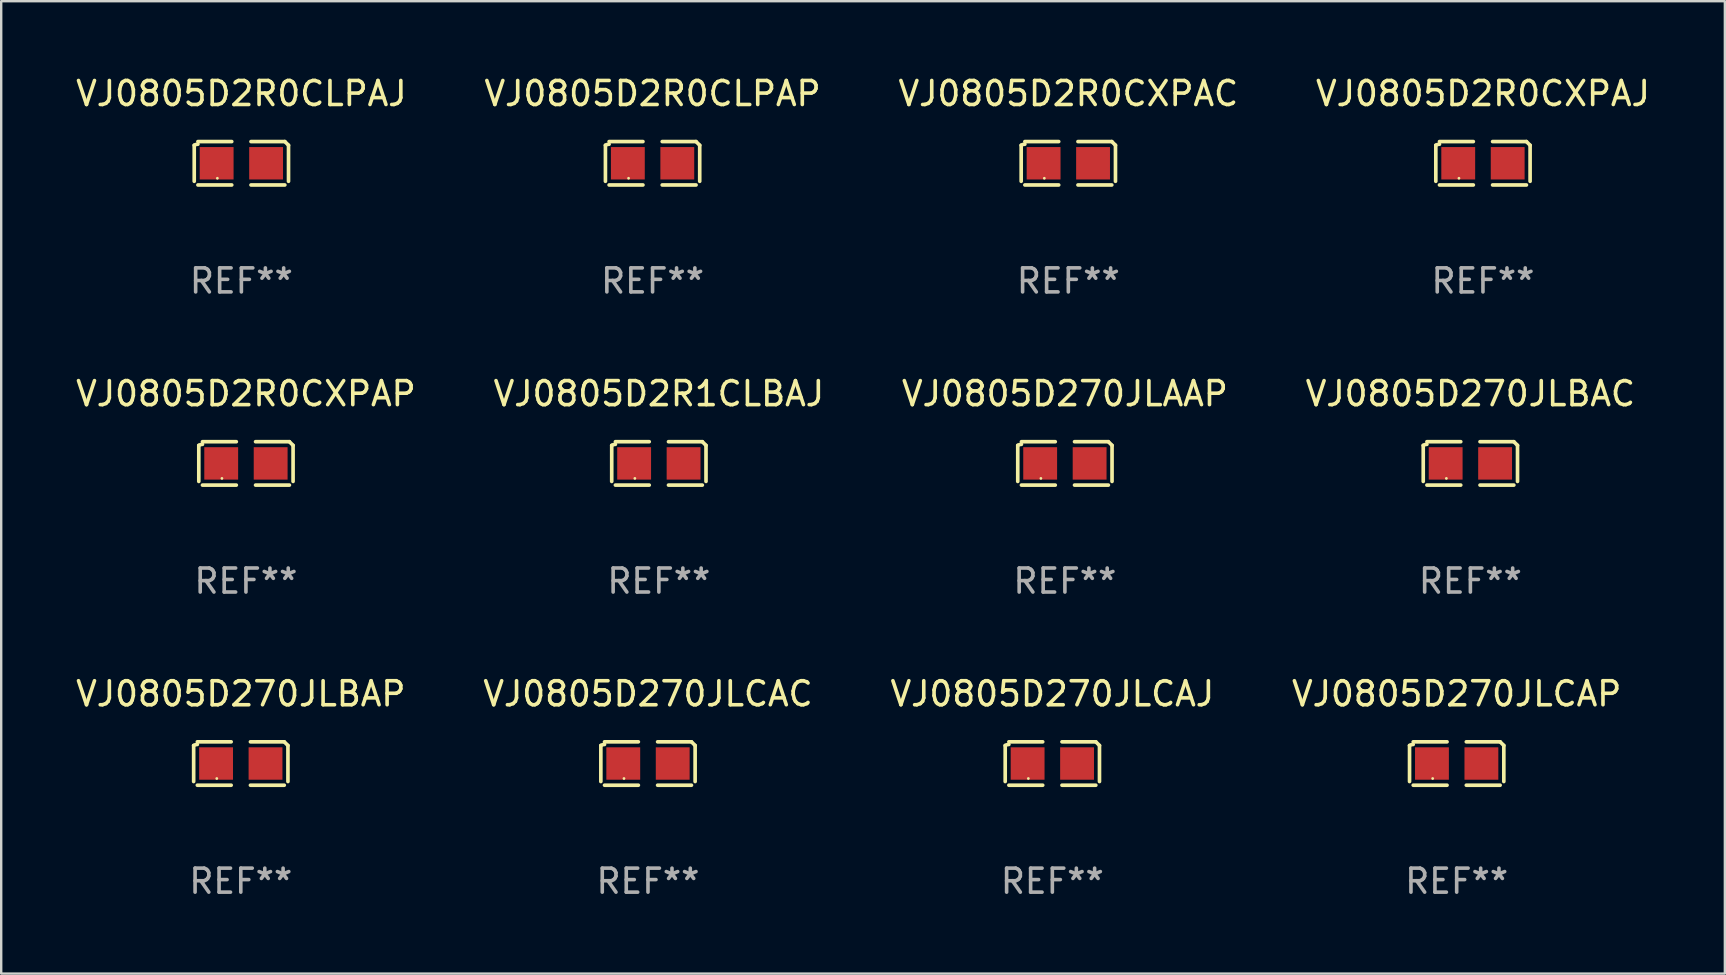
<source format=kicad_pcb>
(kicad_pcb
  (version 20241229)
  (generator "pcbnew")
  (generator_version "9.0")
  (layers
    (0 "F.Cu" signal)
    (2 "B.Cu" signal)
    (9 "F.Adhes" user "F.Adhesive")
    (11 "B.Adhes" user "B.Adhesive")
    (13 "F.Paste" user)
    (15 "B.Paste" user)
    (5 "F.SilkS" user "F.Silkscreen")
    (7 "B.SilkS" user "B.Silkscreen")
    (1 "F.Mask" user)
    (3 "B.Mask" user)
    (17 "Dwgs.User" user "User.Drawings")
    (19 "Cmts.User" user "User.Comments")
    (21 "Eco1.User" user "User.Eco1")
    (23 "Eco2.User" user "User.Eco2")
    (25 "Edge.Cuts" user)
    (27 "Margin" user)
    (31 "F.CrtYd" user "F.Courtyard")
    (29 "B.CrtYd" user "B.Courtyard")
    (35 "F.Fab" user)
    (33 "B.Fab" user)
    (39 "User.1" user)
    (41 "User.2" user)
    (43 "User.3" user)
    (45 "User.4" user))
  (footprint "VJ0805D270JLCAC"
    (layer "F.Cu")
    (at 23.946 28.759)
    (property "Reference" "VJ0805D270JLCAC" (at 0 -2.904 0) (layer "F.SilkS") (effects (font (size 1 1) (thickness 0.15))))
    (attr through_hole)
    (fp_line (start -1.964 0.751) (end -1.964 -0.751) (stroke (width 0.152) (type solid)) (layer "F.SilkS"))
    (fp_line (start -1.811 -0.904) (end -0.401 -0.904) (stroke (width 0.152) (type solid)) (layer "F.SilkS"))
    (fp_line (start -0.401 0.904) (end -1.811 0.904) (stroke (width 0.152) (type solid)) (layer "F.SilkS"))
    (fp_line (start 0.401 0.904) (end 1.811 0.904) (stroke (width 0.152) (type solid)) (layer "F.SilkS"))
    (fp_line (start 1.811 -0.904) (end 0.401 -0.904) (stroke (width 0.152) (type solid)) (layer "F.SilkS"))
    (fp_line (start 1.964 0.751) (end 1.964 -0.751) (stroke (width 0.152) (type solid)) (layer "F.SilkS"))
    (fp_arc (start -1.963602 -0.751207) (mid -1.890354 -0.783131) (end -1.811201 -0.794044) (stroke (width 0.1524) (type solid)) (layer "F.SilkS"))
    (fp_arc (start 1.811202 -0.903607) (mid 1.887413 -0.827418) (end 1.963602 -0.751207) (stroke (width 0.1524) (type solid)) (layer "F.SilkS"))
    (fp_circle (center -1 0.625) (end -0.97 0.625) (stroke (width 0.06) (type solid)) (fill no) (layer "F.SilkS"))
    (fp_text user "REF**" (at 0 4.904 0) (layer "F.Fab") (effects (font (size 1 1) (thickness 0.15))))
    (pad "1" smd rect (at -1.03 0) (size 1.41 1.35) (layers "F.Cu" "F.Mask" "F.Paste"))
    (pad "2" smd rect (at 1.03 0) (size 1.41 1.35) (layers "F.Cu" "F.Mask" "F.Paste")))
  (footprint "VJ0805D2R0CXPAJ"
    (layer "F.Cu")
    (at 58.732 3.752)
    (property "Reference" "VJ0805D2R0CXPAJ" (at 0 -2.904 0) (layer "F.SilkS") (effects (font (size 1 1) (thickness 0.15))))
    (attr through_hole)
    (fp_line (start -1.964 0.751) (end -1.964 -0.751) (stroke (width 0.152) (type solid)) (layer "F.SilkS"))
    (fp_line (start -1.811 -0.904) (end -0.401 -0.904) (stroke (width 0.152) (type solid)) (layer "F.SilkS"))
    (fp_line (start -0.401 0.904) (end -1.811 0.904) (stroke (width 0.152) (type solid)) (layer "F.SilkS"))
    (fp_line (start 0.401 0.904) (end 1.811 0.904) (stroke (width 0.152) (type solid)) (layer "F.SilkS"))
    (fp_line (start 1.811 -0.904) (end 0.401 -0.904) (stroke (width 0.152) (type solid)) (layer "F.SilkS"))
    (fp_line (start 1.964 0.751) (end 1.964 -0.751) (stroke (width 0.152) (type solid)) (layer "F.SilkS"))
    (fp_arc (start -1.963602 -0.751207) (mid -1.890354 -0.783131) (end -1.811201 -0.794044) (stroke (width 0.1524) (type solid)) (layer "F.SilkS"))
    (fp_arc (start 1.811202 -0.903607) (mid 1.887413 -0.827418) (end 1.963602 -0.751207) (stroke (width 0.1524) (type solid)) (layer "F.SilkS"))
    (fp_circle (center -1 0.625) (end -0.97 0.625) (stroke (width 0.06) (type solid)) (fill no) (layer "F.SilkS"))
    (fp_text user "REF**" (at 0 4.904 0) (layer "F.Fab") (effects (font (size 1 1) (thickness 0.15))))
    (pad "1" smd rect (at -1.03 0) (size 1.41 1.35) (layers "F.Cu" "F.Mask" "F.Paste"))
    (pad "2" smd rect (at 1.03 0) (size 1.41 1.35) (layers "F.Cu" "F.Mask" "F.Paste")))
  (footprint "VJ0805D2R0CLPAP"
    (layer "F.Cu")
    (at 24.137 3.752)
    (property "Reference" "VJ0805D2R0CLPAP" (at 0 -2.904 0) (layer "F.SilkS") (effects (font (size 1 1) (thickness 0.15))))
    (attr through_hole)
    (fp_line (start -1.964 0.751) (end -1.964 -0.751) (stroke (width 0.152) (type solid)) (layer "F.SilkS"))
    (fp_line (start -1.811 -0.904) (end -0.401 -0.904) (stroke (width 0.152) (type solid)) (layer "F.SilkS"))
    (fp_line (start -0.401 0.904) (end -1.811 0.904) (stroke (width 0.152) (type solid)) (layer "F.SilkS"))
    (fp_line (start 0.401 0.904) (end 1.811 0.904) (stroke (width 0.152) (type solid)) (layer "F.SilkS"))
    (fp_line (start 1.811 -0.904) (end 0.401 -0.904) (stroke (width 0.152) (type solid)) (layer "F.SilkS"))
    (fp_line (start 1.964 0.751) (end 1.964 -0.751) (stroke (width 0.152) (type solid)) (layer "F.SilkS"))
    (fp_arc (start -1.963602 -0.751207) (mid -1.890354 -0.783131) (end -1.811201 -0.794044) (stroke (width 0.1524) (type solid)) (layer "F.SilkS"))
    (fp_arc (start 1.811202 -0.903607) (mid 1.887413 -0.827418) (end 1.963602 -0.751207) (stroke (width 0.1524) (type solid)) (layer "F.SilkS"))
    (fp_circle (center -1 0.625) (end -0.97 0.625) (stroke (width 0.06) (type solid)) (fill no) (layer "F.SilkS"))
    (fp_text user "REF**" (at 0 4.904 0) (layer "F.Fab") (effects (font (size 1 1) (thickness 0.15))))
    (pad "1" smd rect (at -1.03 0) (size 1.41 1.35) (layers "F.Cu" "F.Mask" "F.Paste"))
    (pad "2" smd rect (at 1.03 0) (size 1.41 1.35) (layers "F.Cu" "F.Mask" "F.Paste")))
  (footprint "VJ0805D270JLBAC"
    (layer "F.Cu")
    (at 58.208 16.256)
    (property "Reference" "VJ0805D270JLBAC" (at 0 -2.904 0) (layer "F.SilkS") (effects (font (size 1 1) (thickness 0.15))))
    (attr through_hole)
    (fp_line (start -1.964 0.751) (end -1.964 -0.751) (stroke (width 0.152) (type solid)) (layer "F.SilkS"))
    (fp_line (start -1.811 -0.904) (end -0.401 -0.904) (stroke (width 0.152) (type solid)) (layer "F.SilkS"))
    (fp_line (start -0.401 0.904) (end -1.811 0.904) (stroke (width 0.152) (type solid)) (layer "F.SilkS"))
    (fp_line (start 0.401 0.904) (end 1.811 0.904) (stroke (width 0.152) (type solid)) (layer "F.SilkS"))
    (fp_line (start 1.811 -0.904) (end 0.401 -0.904) (stroke (width 0.152) (type solid)) (layer "F.SilkS"))
    (fp_line (start 1.964 0.751) (end 1.964 -0.751) (stroke (width 0.152) (type solid)) (layer "F.SilkS"))
    (fp_arc (start -1.963602 -0.751207) (mid -1.890354 -0.783131) (end -1.811201 -0.794044) (stroke (width 0.1524) (type solid)) (layer "F.SilkS"))
    (fp_arc (start 1.811202 -0.903607) (mid 1.887413 -0.827418) (end 1.963602 -0.751207) (stroke (width 0.1524) (type solid)) (layer "F.SilkS"))
    (fp_circle (center -1 0.625) (end -0.97 0.625) (stroke (width 0.06) (type solid)) (fill no) (layer "F.SilkS"))
    (fp_text user "REF**" (at 0 4.904 0) (layer "F.Fab") (effects (font (size 1 1) (thickness 0.15))))
    (pad "1" smd rect (at -1.03 0) (size 1.41 1.35) (layers "F.Cu" "F.Mask" "F.Paste"))
    (pad "2" smd rect (at 1.03 0) (size 1.41 1.35) (layers "F.Cu" "F.Mask" "F.Paste")))
  (footprint "VJ0805D2R0CLPAJ"
    (layer "F.Cu")
    (at 7.006 3.752)
    (property "Reference" "VJ0805D2R0CLPAJ" (at 0 -2.904 0) (layer "F.SilkS") (effects (font (size 1 1) (thickness 0.15))))
    (attr through_hole)
    (fp_line (start -1.964 0.751) (end -1.964 -0.751) (stroke (width 0.152) (type solid)) (layer "F.SilkS"))
    (fp_line (start -1.811 -0.904) (end -0.401 -0.904) (stroke (width 0.152) (type solid)) (layer "F.SilkS"))
    (fp_line (start -0.401 0.904) (end -1.811 0.904) (stroke (width 0.152) (type solid)) (layer "F.SilkS"))
    (fp_line (start 0.401 0.904) (end 1.811 0.904) (stroke (width 0.152) (type solid)) (layer "F.SilkS"))
    (fp_line (start 1.811 -0.904) (end 0.401 -0.904) (stroke (width 0.152) (type solid)) (layer "F.SilkS"))
    (fp_line (start 1.964 0.751) (end 1.964 -0.751) (stroke (width 0.152) (type solid)) (layer "F.SilkS"))
    (fp_arc (start -1.963602 -0.751207) (mid -1.890354 -0.783131) (end -1.811201 -0.794044) (stroke (width 0.1524) (type solid)) (layer "F.SilkS"))
    (fp_arc (start 1.811202 -0.903607) (mid 1.887413 -0.827418) (end 1.963602 -0.751207) (stroke (width 0.1524) (type solid)) (layer "F.SilkS"))
    (fp_circle (center -1 0.625) (end -0.97 0.625) (stroke (width 0.06) (type solid)) (fill no) (layer "F.SilkS"))
    (fp_text user "REF**" (at 0 4.904 0) (layer "F.Fab") (effects (font (size 1 1) (thickness 0.15))))
    (pad "1" smd rect (at -1.03 0) (size 1.41 1.35) (layers "F.Cu" "F.Mask" "F.Paste"))
    (pad "2" smd rect (at 1.03 0) (size 1.41 1.35) (layers "F.Cu" "F.Mask" "F.Paste")))
  (footprint "VJ0805D270JLCAP"
    (layer "F.Cu")
    (at 57.637 28.759)
    (property "Reference" "VJ0805D270JLCAP" (at 0 -2.904 0) (layer "F.SilkS") (effects (font (size 1 1) (thickness 0.15))))
    (attr through_hole)
    (fp_line (start -1.964 0.751) (end -1.964 -0.751) (stroke (width 0.152) (type solid)) (layer "F.SilkS"))
    (fp_line (start -1.811 -0.904) (end -0.401 -0.904) (stroke (width 0.152) (type solid)) (layer "F.SilkS"))
    (fp_line (start -0.401 0.904) (end -1.811 0.904) (stroke (width 0.152) (type solid)) (layer "F.SilkS"))
    (fp_line (start 0.401 0.904) (end 1.811 0.904) (stroke (width 0.152) (type solid)) (layer "F.SilkS"))
    (fp_line (start 1.811 -0.904) (end 0.401 -0.904) (stroke (width 0.152) (type solid)) (layer "F.SilkS"))
    (fp_line (start 1.964 0.751) (end 1.964 -0.751) (stroke (width 0.152) (type solid)) (layer "F.SilkS"))
    (fp_arc (start -1.963602 -0.751207) (mid -1.890354 -0.783131) (end -1.811201 -0.794044) (stroke (width 0.1524) (type solid)) (layer "F.SilkS"))
    (fp_arc (start 1.811202 -0.903607) (mid 1.887413 -0.827418) (end 1.963602 -0.751207) (stroke (width 0.1524) (type solid)) (layer "F.SilkS"))
    (fp_circle (center -1 0.625) (end -0.97 0.625) (stroke (width 0.06) (type solid)) (fill no) (layer "F.SilkS"))
    (fp_text user "REF**" (at 0 4.904 0) (layer "F.Fab") (effects (font (size 1 1) (thickness 0.15))))
    (pad "1" smd rect (at -1.03 0) (size 1.41 1.35) (layers "F.Cu" "F.Mask" "F.Paste"))
    (pad "2" smd rect (at 1.03 0) (size 1.41 1.35) (layers "F.Cu" "F.Mask" "F.Paste")))
  (footprint "VJ0805D2R1CLBAJ"
    (layer "F.Cu")
    (at 24.399 16.256)
    (property "Reference" "VJ0805D2R1CLBAJ" (at 0 -2.904 0) (layer "F.SilkS") (effects (font (size 1 1) (thickness 0.15))))
    (attr through_hole)
    (fp_line (start -1.964 0.751) (end -1.964 -0.751) (stroke (width 0.152) (type solid)) (layer "F.SilkS"))
    (fp_line (start -1.811 -0.904) (end -0.401 -0.904) (stroke (width 0.152) (type solid)) (layer "F.SilkS"))
    (fp_line (start -0.401 0.904) (end -1.811 0.904) (stroke (width 0.152) (type solid)) (layer "F.SilkS"))
    (fp_line (start 0.401 0.904) (end 1.811 0.904) (stroke (width 0.152) (type solid)) (layer "F.SilkS"))
    (fp_line (start 1.811 -0.904) (end 0.401 -0.904) (stroke (width 0.152) (type solid)) (layer "F.SilkS"))
    (fp_line (start 1.964 0.751) (end 1.964 -0.751) (stroke (width 0.152) (type solid)) (layer "F.SilkS"))
    (fp_arc (start -1.963602 -0.751207) (mid -1.890354 -0.783131) (end -1.811201 -0.794044) (stroke (width 0.1524) (type solid)) (layer "F.SilkS"))
    (fp_arc (start 1.811202 -0.903607) (mid 1.887413 -0.827418) (end 1.963602 -0.751207) (stroke (width 0.1524) (type solid)) (layer "F.SilkS"))
    (fp_circle (center -1 0.625) (end -0.97 0.625) (stroke (width 0.06) (type solid)) (fill no) (layer "F.SilkS"))
    (fp_text user "REF**" (at 0 4.904 0) (layer "F.Fab") (effects (font (size 1 1) (thickness 0.15))))
    (pad "1" smd rect (at -1.03 0) (size 1.41 1.35) (layers "F.Cu" "F.Mask" "F.Paste"))
    (pad "2" smd rect (at 1.03 0) (size 1.41 1.35) (layers "F.Cu" "F.Mask" "F.Paste")))
  (footprint "VJ0805D270JLAAP"
    (layer "F.Cu")
    (at 41.315 16.256)
    (property "Reference" "VJ0805D270JLAAP" (at 0 -2.904 0) (layer "F.SilkS") (effects (font (size 1 1) (thickness 0.15))))
    (attr through_hole)
    (fp_line (start -1.964 0.751) (end -1.964 -0.751) (stroke (width 0.152) (type solid)) (layer "F.SilkS"))
    (fp_line (start -1.811 -0.904) (end -0.401 -0.904) (stroke (width 0.152) (type solid)) (layer "F.SilkS"))
    (fp_line (start -0.401 0.904) (end -1.811 0.904) (stroke (width 0.152) (type solid)) (layer "F.SilkS"))
    (fp_line (start 0.401 0.904) (end 1.811 0.904) (stroke (width 0.152) (type solid)) (layer "F.SilkS"))
    (fp_line (start 1.811 -0.904) (end 0.401 -0.904) (stroke (width 0.152) (type solid)) (layer "F.SilkS"))
    (fp_line (start 1.964 0.751) (end 1.964 -0.751) (stroke (width 0.152) (type solid)) (layer "F.SilkS"))
    (fp_arc (start -1.963602 -0.751207) (mid -1.890354 -0.783131) (end -1.811201 -0.794044) (stroke (width 0.1524) (type solid)) (layer "F.SilkS"))
    (fp_arc (start 1.811202 -0.903607) (mid 1.887413 -0.827418) (end 1.963602 -0.751207) (stroke (width 0.1524) (type solid)) (layer "F.SilkS"))
    (fp_circle (center -1 0.625) (end -0.97 0.625) (stroke (width 0.06) (type solid)) (fill no) (layer "F.SilkS"))
    (fp_text user "REF**" (at 0 4.904 0) (layer "F.Fab") (effects (font (size 1 1) (thickness 0.15))))
    (pad "1" smd rect (at -1.03 0) (size 1.41 1.35) (layers "F.Cu" "F.Mask" "F.Paste"))
    (pad "2" smd rect (at 1.03 0) (size 1.41 1.35) (layers "F.Cu" "F.Mask" "F.Paste")))
  (footprint "VJ0805D270JLCAJ"
    (layer "F.Cu")
    (at 40.792 28.759)
    (property "Reference" "VJ0805D270JLCAJ" (at 0 -2.904 0) (layer "F.SilkS") (effects (font (size 1 1) (thickness 0.15))))
    (attr through_hole)
    (fp_line (start -1.964 0.751) (end -1.964 -0.751) (stroke (width 0.152) (type solid)) (layer "F.SilkS"))
    (fp_line (start -1.811 -0.904) (end -0.401 -0.904) (stroke (width 0.152) (type solid)) (layer "F.SilkS"))
    (fp_line (start -0.401 0.904) (end -1.811 0.904) (stroke (width 0.152) (type solid)) (layer "F.SilkS"))
    (fp_line (start 0.401 0.904) (end 1.811 0.904) (stroke (width 0.152) (type solid)) (layer "F.SilkS"))
    (fp_line (start 1.811 -0.904) (end 0.401 -0.904) (stroke (width 0.152) (type solid)) (layer "F.SilkS"))
    (fp_line (start 1.964 0.751) (end 1.964 -0.751) (stroke (width 0.152) (type solid)) (layer "F.SilkS"))
    (fp_arc (start -1.963602 -0.751207) (mid -1.890354 -0.783131) (end -1.811201 -0.794044) (stroke (width 0.1524) (type solid)) (layer "F.SilkS"))
    (fp_arc (start 1.811202 -0.903607) (mid 1.887413 -0.827418) (end 1.963602 -0.751207) (stroke (width 0.1524) (type solid)) (layer "F.SilkS"))
    (fp_circle (center -1 0.625) (end -0.97 0.625) (stroke (width 0.06) (type solid)) (fill no) (layer "F.SilkS"))
    (fp_text user "REF**" (at 0 4.904 0) (layer "F.Fab") (effects (font (size 1 1) (thickness 0.15))))
    (pad "1" smd rect (at -1.03 0) (size 1.41 1.35) (layers "F.Cu" "F.Mask" "F.Paste"))
    (pad "2" smd rect (at 1.03 0) (size 1.41 1.35) (layers "F.Cu" "F.Mask" "F.Paste")))
  (footprint "VJ0805D270JLBAP"
    (layer "F.Cu")
    (at 6.982 28.759)
    (property "Reference" "VJ0805D270JLBAP" (at 0 -2.904 0) (layer "F.SilkS") (effects (font (size 1 1) (thickness 0.15))))
    (attr through_hole)
    (fp_line (start -1.964 0.751) (end -1.964 -0.751) (stroke (width 0.152) (type solid)) (layer "F.SilkS"))
    (fp_line (start -1.811 -0.904) (end -0.401 -0.904) (stroke (width 0.152) (type solid)) (layer "F.SilkS"))
    (fp_line (start -0.401 0.904) (end -1.811 0.904) (stroke (width 0.152) (type solid)) (layer "F.SilkS"))
    (fp_line (start 0.401 0.904) (end 1.811 0.904) (stroke (width 0.152) (type solid)) (layer "F.SilkS"))
    (fp_line (start 1.811 -0.904) (end 0.401 -0.904) (stroke (width 0.152) (type solid)) (layer "F.SilkS"))
    (fp_line (start 1.964 0.751) (end 1.964 -0.751) (stroke (width 0.152) (type solid)) (layer "F.SilkS"))
    (fp_arc (start -1.963602 -0.751207) (mid -1.890354 -0.783131) (end -1.811201 -0.794044) (stroke (width 0.1524) (type solid)) (layer "F.SilkS"))
    (fp_arc (start 1.811202 -0.903607) (mid 1.887413 -0.827418) (end 1.963602 -0.751207) (stroke (width 0.1524) (type solid)) (layer "F.SilkS"))
    (fp_circle (center -1 0.625) (end -0.97 0.625) (stroke (width 0.06) (type solid)) (fill no) (layer "F.SilkS"))
    (fp_text user "REF**" (at 0 4.904 0) (layer "F.Fab") (effects (font (size 1 1) (thickness 0.15))))
    (pad "1" smd rect (at -1.03 0) (size 1.41 1.35) (layers "F.Cu" "F.Mask" "F.Paste"))
    (pad "2" smd rect (at 1.03 0) (size 1.41 1.35) (layers "F.Cu" "F.Mask" "F.Paste")))
  (footprint "VJ0805D2R0CXPAC"
    (layer "F.Cu")
    (at 41.458 3.752)
    (property "Reference" "VJ0805D2R0CXPAC" (at 0 -2.904 0) (layer "F.SilkS") (effects (font (size 1 1) (thickness 0.15))))
    (attr through_hole)
    (fp_line (start -1.964 0.751) (end -1.964 -0.751) (stroke (width 0.152) (type solid)) (layer "F.SilkS"))
    (fp_line (start -1.811 -0.904) (end -0.401 -0.904) (stroke (width 0.152) (type solid)) (layer "F.SilkS"))
    (fp_line (start -0.401 0.904) (end -1.811 0.904) (stroke (width 0.152) (type solid)) (layer "F.SilkS"))
    (fp_line (start 0.401 0.904) (end 1.811 0.904) (stroke (width 0.152) (type solid)) (layer "F.SilkS"))
    (fp_line (start 1.811 -0.904) (end 0.401 -0.904) (stroke (width 0.152) (type solid)) (layer "F.SilkS"))
    (fp_line (start 1.964 0.751) (end 1.964 -0.751) (stroke (width 0.152) (type solid)) (layer "F.SilkS"))
    (fp_arc (start -1.963602 -0.751207) (mid -1.890354 -0.783131) (end -1.811201 -0.794044) (stroke (width 0.1524) (type solid)) (layer "F.SilkS"))
    (fp_arc (start 1.811202 -0.903607) (mid 1.887413 -0.827418) (end 1.963602 -0.751207) (stroke (width 0.1524) (type solid)) (layer "F.SilkS"))
    (fp_circle (center -1 0.625) (end -0.97 0.625) (stroke (width 0.06) (type solid)) (fill no) (layer "F.SilkS"))
    (fp_text user "REF**" (at 0 4.904 0) (layer "F.Fab") (effects (font (size 1 1) (thickness 0.15))))
    (pad "1" smd rect (at -1.03 0) (size 1.41 1.35) (layers "F.Cu" "F.Mask" "F.Paste"))
    (pad "2" smd rect (at 1.03 0) (size 1.41 1.35) (layers "F.Cu" "F.Mask" "F.Paste")))
  (footprint "VJ0805D2R0CXPAP"
    (layer "F.Cu")
    (at 7.196 16.256)
    (property "Reference" "VJ0805D2R0CXPAP" (at 0 -2.904 0) (layer "F.SilkS") (effects (font (size 1 1) (thickness 0.15))))
    (attr through_hole)
    (fp_line (start -1.964 0.751) (end -1.964 -0.751) (stroke (width 0.152) (type solid)) (layer "F.SilkS"))
    (fp_line (start -1.811 -0.904) (end -0.401 -0.904) (stroke (width 0.152) (type solid)) (layer "F.SilkS"))
    (fp_line (start -0.401 0.904) (end -1.811 0.904) (stroke (width 0.152) (type solid)) (layer "F.SilkS"))
    (fp_line (start 0.401 0.904) (end 1.811 0.904) (stroke (width 0.152) (type solid)) (layer "F.SilkS"))
    (fp_line (start 1.811 -0.904) (end 0.401 -0.904) (stroke (width 0.152) (type solid)) (layer "F.SilkS"))
    (fp_line (start 1.964 0.751) (end 1.964 -0.751) (stroke (width 0.152) (type solid)) (layer "F.SilkS"))
    (fp_arc (start -1.963602 -0.751207) (mid -1.890354 -0.783131) (end -1.811201 -0.794044) (stroke (width 0.1524) (type solid)) (layer "F.SilkS"))
    (fp_arc (start 1.811202 -0.903607) (mid 1.887413 -0.827418) (end 1.963602 -0.751207) (stroke (width 0.1524) (type solid)) (layer "F.SilkS"))
    (fp_circle (center -1 0.625) (end -0.97 0.625) (stroke (width 0.06) (type solid)) (fill no) (layer "F.SilkS"))
    (fp_text user "REF**" (at 0 4.904 0) (layer "F.Fab") (effects (font (size 1 1) (thickness 0.15))))
    (pad "1" smd rect (at -1.03 0) (size 1.41 1.35) (layers "F.Cu" "F.Mask" "F.Paste"))
    (pad "2" smd rect (at 1.03 0) (size 1.41 1.35) (layers "F.Cu" "F.Mask" "F.Paste")))
  (gr_rect
    (start -3 -3)
    (end 68.81 37.511)
    (stroke (width 0.1) (type default))
    (fill no)
    (layer "Edge.Cuts")))
</source>
